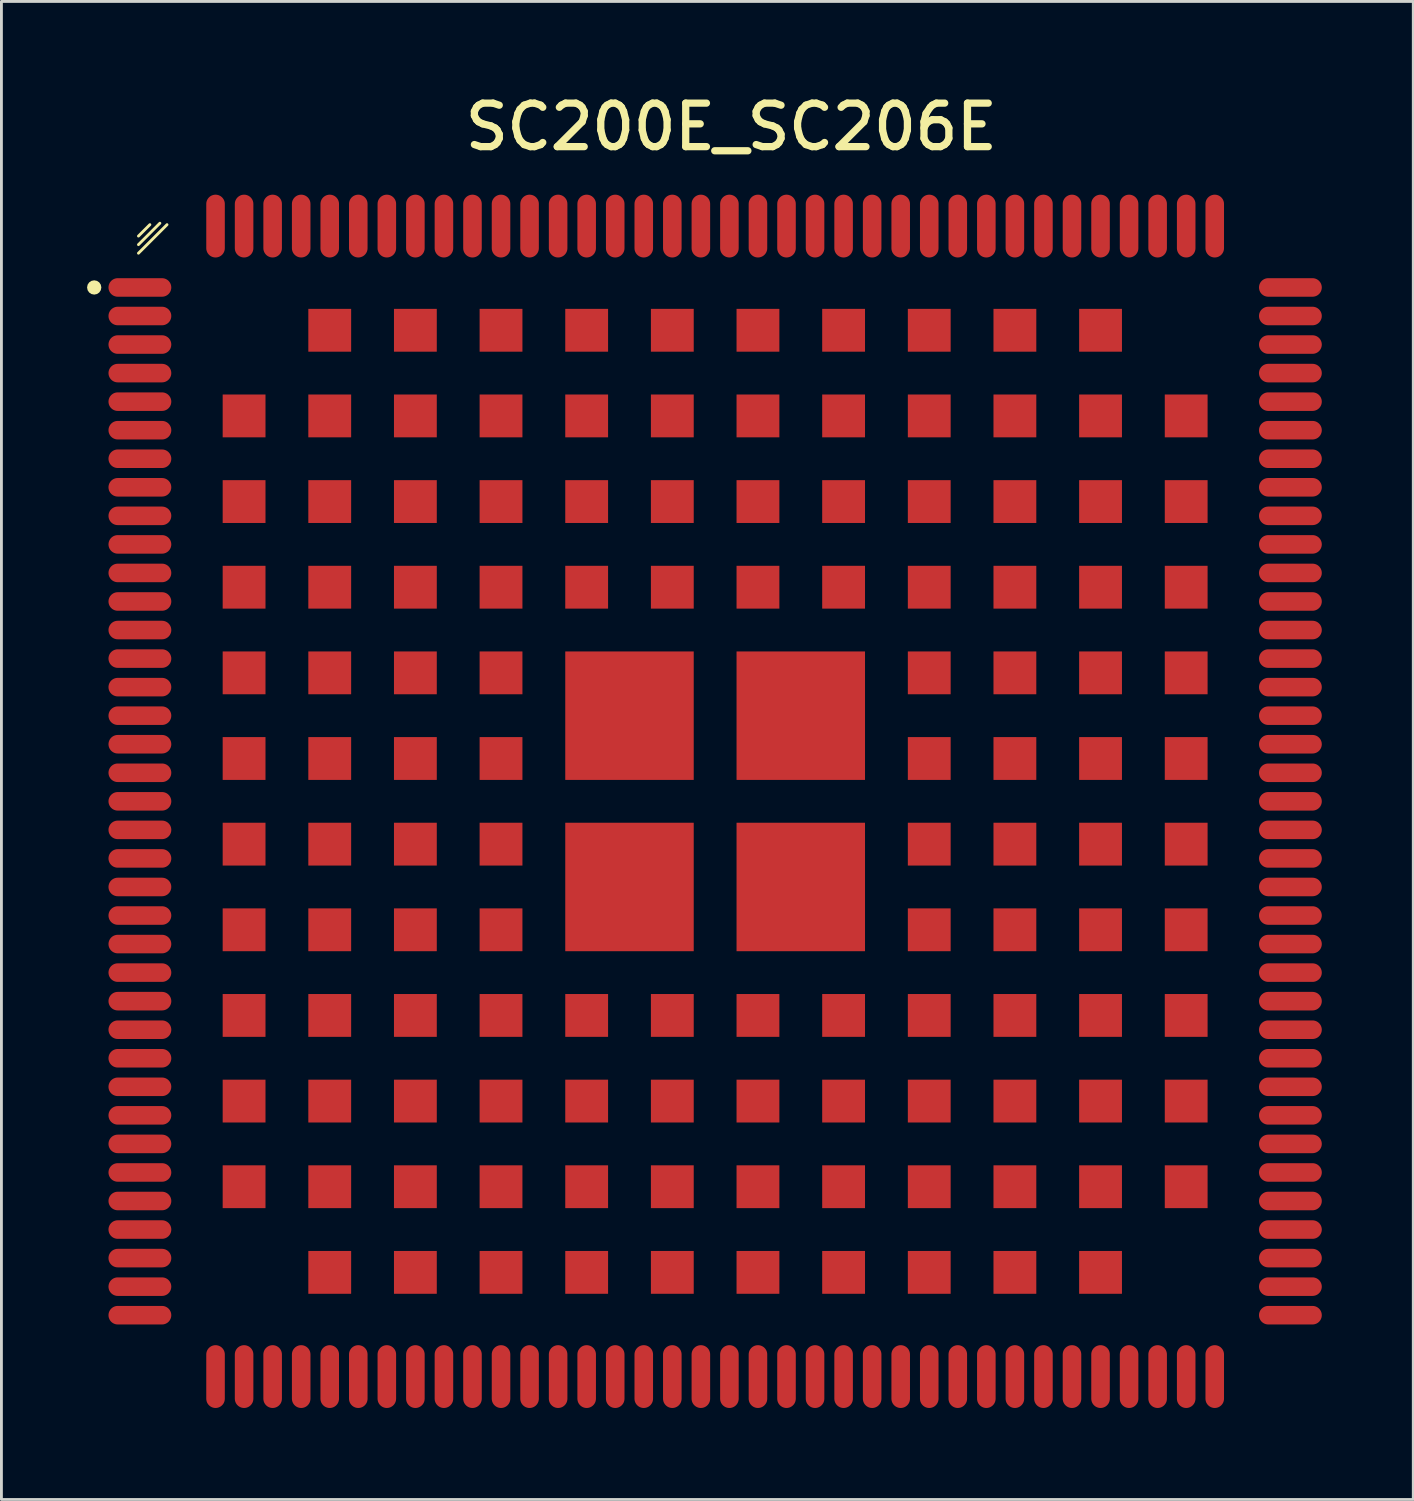
<source format=kicad_pcb>
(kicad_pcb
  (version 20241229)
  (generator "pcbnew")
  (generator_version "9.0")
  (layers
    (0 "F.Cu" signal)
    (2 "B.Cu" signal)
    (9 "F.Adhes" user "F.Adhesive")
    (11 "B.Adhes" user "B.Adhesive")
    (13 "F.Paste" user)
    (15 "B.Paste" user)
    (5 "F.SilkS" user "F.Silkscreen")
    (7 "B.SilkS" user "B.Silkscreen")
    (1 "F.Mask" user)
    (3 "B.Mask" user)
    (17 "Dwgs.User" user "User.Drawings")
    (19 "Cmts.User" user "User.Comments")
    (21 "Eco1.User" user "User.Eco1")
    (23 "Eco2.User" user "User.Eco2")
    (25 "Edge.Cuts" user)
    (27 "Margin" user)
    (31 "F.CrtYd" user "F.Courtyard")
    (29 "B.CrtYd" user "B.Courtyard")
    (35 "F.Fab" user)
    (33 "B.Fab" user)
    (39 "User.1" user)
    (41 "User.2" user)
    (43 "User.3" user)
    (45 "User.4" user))
  (footprint "SC200E_SC206E"
    (layer "F.Cu")
    (at 22 25.019)
    (property "Reference" "SC200E_SC206E" (at -8.89 -22.733 0) (unlocked yes) (layer "F.SilkS") (effects (font (size 1.524 1.524) (thickness 0.254)) (justify left bottom)))
    (attr smd)
    (fp_line (start -20.2 -19.8) (end -19.8 -20.2) (stroke (width 0.1) (type solid)) (layer "F.SilkS"))
    (fp_line (start -20.2 -19.5) (end -19.45 -20.25) (stroke (width 0.1) (type solid)) (layer "F.SilkS"))
    (fp_line (start -20.2 -19.2) (end -19.2 -20.2) (stroke (width 0.1) (type solid)) (layer "F.SilkS"))
    (fp_circle (center -21.75 -18) (end -21.75 -17.875) (stroke (width 0.25) (type solid)) (fill no) (layer "F.SilkS"))
    (fp_poly (pts (xy -3.2 -3.2) (xy -4.8 -3.2) (xy -4.8 -4.8) (xy -3.2 -4.8)) (stroke (width 0) (type default)) (fill yes) (layer "F.Paste"))
    (fp_poly (pts (xy -3.2 -1.2) (xy -4.8 -1.2) (xy -4.8 -2.8) (xy -3.2 -2.8)) (stroke (width 0) (type default)) (fill yes) (layer "F.Paste"))
    (fp_poly (pts (xy -3.2 2.8) (xy -4.8 2.8) (xy -4.8 1.2) (xy -3.2 1.2)) (stroke (width 0) (type default)) (fill yes) (layer "F.Paste"))
    (fp_poly (pts (xy -3.2 4.8) (xy -4.8 4.8) (xy -4.8 3.2) (xy -3.2 3.2)) (stroke (width 0) (type default)) (fill yes) (layer "F.Paste"))
    (fp_poly (pts (xy -1.2 -3.2) (xy -2.8 -3.2) (xy -2.8 -4.8) (xy -1.2 -4.8)) (stroke (width 0) (type default)) (fill yes) (layer "F.Paste"))
    (fp_poly (pts (xy -1.2 -1.2) (xy -2.8 -1.2) (xy -2.8 -2.8) (xy -1.2 -2.8)) (stroke (width 0) (type default)) (fill yes) (layer "F.Paste"))
    (fp_poly (pts (xy -1.2 2.8) (xy -2.8 2.8) (xy -2.8 1.2) (xy -1.2 1.2)) (stroke (width 0) (type default)) (fill yes) (layer "F.Paste"))
    (fp_poly (pts (xy -1.2 4.8) (xy -2.8 4.8) (xy -2.8 3.2) (xy -1.2 3.2)) (stroke (width 0) (type default)) (fill yes) (layer "F.Paste"))
    (fp_poly (pts (xy 2.8 -3.2) (xy 1.2 -3.2) (xy 1.2 -4.8) (xy 2.8 -4.8)) (stroke (width 0) (type default)) (fill yes) (layer "F.Paste"))
    (fp_poly (pts (xy 2.8 -1.2) (xy 1.2 -1.2) (xy 1.2 -2.8) (xy 2.8 -2.8)) (stroke (width 0) (type default)) (fill yes) (layer "F.Paste"))
    (fp_poly (pts (xy 2.8 2.8) (xy 1.2 2.8) (xy 1.2 1.2) (xy 2.8 1.2)) (stroke (width 0) (type default)) (fill yes) (layer "F.Paste"))
    (fp_poly (pts (xy 2.8 4.8) (xy 1.2 4.8) (xy 1.2 3.2) (xy 2.8 3.2)) (stroke (width 0) (type default)) (fill yes) (layer "F.Paste"))
    (fp_poly (pts (xy 4.8 -3.2) (xy 3.2 -3.2) (xy 3.2 -4.8) (xy 4.8 -4.8)) (stroke (width 0) (type default)) (fill yes) (layer "F.Paste"))
    (fp_poly (pts (xy 4.8 -1.2) (xy 3.2 -1.2) (xy 3.2 -2.8) (xy 4.8 -2.8)) (stroke (width 0) (type default)) (fill yes) (layer "F.Paste"))
    (fp_poly (pts (xy 4.8 2.8) (xy 3.2 2.8) (xy 3.2 1.2) (xy 4.8 1.2)) (stroke (width 0) (type default)) (fill yes) (layer "F.Paste"))
    (fp_poly (pts (xy 4.8 4.8) (xy 3.2 4.8) (xy 3.2 3.2) (xy 4.8 3.2)) (stroke (width 0) (type default)) (fill yes) (layer "F.Paste"))
    (fp_line (start -20.25 -20.25) (end 20.25 -20.25) (stroke (width 0.1) (type solid)) (layer "Eco1.User"))
    (fp_line (start -20.25 20.25) (end -20.25 -20.25) (stroke (width 0.1) (type solid)) (layer "Eco1.User"))
    (fp_line (start -20.25 20.25) (end 20.25 20.25) (stroke (width 0.1) (type solid)) (layer "Eco1.User"))
    (fp_line (start 20.25 20.25) (end 20.25 -20.25) (stroke (width 0.1) (type solid)) (layer "Eco1.User"))
    (fp_line (start -21.45 -21.45) (end 21.45 -21.45) (stroke (width 0.01) (type solid)) (layer "User.1"))
    (fp_line (start -21.45 21.45) (end -21.45 -21.45) (stroke (width 0.01) (type solid)) (layer "User.1"))
    (fp_line (start -21.45 21.45) (end 21.45 21.45) (stroke (width 0.01) (type solid)) (layer "User.1"))
    (fp_line (start 21.45 21.45) (end 21.45 -21.45) (stroke (width 0.01) (type solid)) (layer "User.1"))
    (pad "1" smd oval (at -20.15 -18) (size 2.2 0.65) (layers "F.Cu" "F.Mask" "F.Paste"))
    (pad "2" smd oval (at -20.15 -17) (size 2.2 0.65) (layers "F.Cu" "F.Mask" "F.Paste"))
    (pad "3" smd oval (at -20.15 -16) (size 2.2 0.65) (layers "F.Cu" "F.Mask" "F.Paste"))
    (pad "4" smd oval (at -20.15 -15) (size 2.2 0.65) (layers "F.Cu" "F.Mask" "F.Paste"))
    (pad "5" smd oval (at -20.15 -14) (size 2.2 0.65) (layers "F.Cu" "F.Mask" "F.Paste"))
    (pad "6" smd oval (at -20.15 -13) (size 2.2 0.65) (layers "F.Cu" "F.Mask" "F.Paste"))
    (pad "7" smd oval (at -20.15 -12) (size 2.2 0.65) (layers "F.Cu" "F.Mask" "F.Paste"))
    (pad "8" smd oval (at -20.15 -11) (size 2.2 0.65) (layers "F.Cu" "F.Mask" "F.Paste"))
    (pad "9" smd oval (at -20.15 -10) (size 2.2 0.65) (layers "F.Cu" "F.Mask" "F.Paste"))
    (pad "10" smd oval (at -20.15 -9) (size 2.2 0.65) (layers "F.Cu" "F.Mask" "F.Paste"))
    (pad "11" smd oval (at -20.15 -8) (size 2.2 0.65) (layers "F.Cu" "F.Mask" "F.Paste"))
    (pad "12" smd oval (at -20.15 -7) (size 2.2 0.65) (layers "F.Cu" "F.Mask" "F.Paste"))
    (pad "13" smd oval (at -20.15 -6) (size 2.2 0.65) (layers "F.Cu" "F.Mask" "F.Paste"))
    (pad "14" smd oval (at -20.15 -5) (size 2.2 0.65) (layers "F.Cu" "F.Mask" "F.Paste"))
    (pad "15" smd oval (at -20.15 -4) (size 2.2 0.65) (layers "F.Cu" "F.Mask" "F.Paste"))
    (pad "16" smd oval (at -20.15 -3) (size 2.2 0.65) (layers "F.Cu" "F.Mask" "F.Paste"))
    (pad "17" smd oval (at -20.15 -2) (size 2.2 0.65) (layers "F.Cu" "F.Mask" "F.Paste"))
    (pad "18" smd oval (at -20.15 -1) (size 2.2 0.65) (layers "F.Cu" "F.Mask" "F.Paste"))
    (pad "19" smd oval (at -20.15 0) (size 2.2 0.65) (layers "F.Cu" "F.Mask" "F.Paste"))
    (pad "20" smd oval (at -20.15 1) (size 2.2 0.65) (layers "F.Cu" "F.Mask" "F.Paste"))
    (pad "21" smd oval (at -20.15 2) (size 2.2 0.65) (layers "F.Cu" "F.Mask" "F.Paste"))
    (pad "22" smd oval (at -20.15 3) (size 2.2 0.65) (layers "F.Cu" "F.Mask" "F.Paste"))
    (pad "23" smd oval (at -20.15 4) (size 2.2 0.65) (layers "F.Cu" "F.Mask" "F.Paste"))
    (pad "24" smd oval (at -20.15 5) (size 2.2 0.65) (layers "F.Cu" "F.Mask" "F.Paste"))
    (pad "25" smd oval (at -20.15 6) (size 2.2 0.65) (layers "F.Cu" "F.Mask" "F.Paste"))
    (pad "26" smd oval (at -20.15 7) (size 2.2 0.65) (layers "F.Cu" "F.Mask" "F.Paste"))
    (pad "27" smd oval (at -20.15 8) (size 2.2 0.65) (layers "F.Cu" "F.Mask" "F.Paste"))
    (pad "28" smd oval (at -20.15 9) (size 2.2 0.65) (layers "F.Cu" "F.Mask" "F.Paste"))
    (pad "29" smd oval (at -20.15 10) (size 2.2 0.65) (layers "F.Cu" "F.Mask" "F.Paste"))
    (pad "30" smd oval (at -20.15 11) (size 2.2 0.65) (layers "F.Cu" "F.Mask" "F.Paste"))
    (pad "31" smd oval (at -20.15 12) (size 2.2 0.65) (layers "F.Cu" "F.Mask" "F.Paste"))
    (pad "32" smd oval (at -20.15 13) (size 2.2 0.65) (layers "F.Cu" "F.Mask" "F.Paste"))
    (pad "33" smd oval (at -20.15 14) (size 2.2 0.65) (layers "F.Cu" "F.Mask" "F.Paste"))
    (pad "34" smd oval (at -20.15 15) (size 2.2 0.65) (layers "F.Cu" "F.Mask" "F.Paste"))
    (pad "35" smd oval (at -20.15 16) (size 2.2 0.65) (layers "F.Cu" "F.Mask" "F.Paste"))
    (pad "36" smd oval (at -20.15 17) (size 2.2 0.65) (layers "F.Cu" "F.Mask" "F.Paste"))
    (pad "37" smd oval (at -20.15 18) (size 2.2 0.65) (layers "F.Cu" "F.Mask" "F.Paste"))
    (pad "38" smd oval (at -17.5 20.15 90) (size 2.2 0.65) (layers "F.Cu" "F.Mask" "F.Paste"))
    (pad "39" smd oval (at -16.5 20.15 90) (size 2.2 0.65) (layers "F.Cu" "F.Mask" "F.Paste"))
    (pad "40" smd oval (at -15.5 20.15 90) (size 2.2 0.65) (layers "F.Cu" "F.Mask" "F.Paste"))
    (pad "41" smd oval (at -14.5 20.15 90) (size 2.2 0.65) (layers "F.Cu" "F.Mask" "F.Paste"))
    (pad "42" smd oval (at -13.5 20.15 90) (size 2.2 0.65) (layers "F.Cu" "F.Mask" "F.Paste"))
    (pad "43" smd oval (at -12.5 20.15 90) (size 2.2 0.65) (layers "F.Cu" "F.Mask" "F.Paste"))
    (pad "44" smd oval (at -11.5 20.15 90) (size 2.2 0.65) (layers "F.Cu" "F.Mask" "F.Paste"))
    (pad "45" smd oval (at -10.5 20.15 90) (size 2.2 0.65) (layers "F.Cu" "F.Mask" "F.Paste"))
    (pad "46" smd oval (at -9.5 20.15 90) (size 2.2 0.65) (layers "F.Cu" "F.Mask" "F.Paste"))
    (pad "47" smd oval (at -8.5 20.15 90) (size 2.2 0.65) (layers "F.Cu" "F.Mask" "F.Paste"))
    (pad "48" smd oval (at -7.5 20.15 90) (size 2.2 0.65) (layers "F.Cu" "F.Mask" "F.Paste"))
    (pad "49" smd oval (at -6.5 20.15 90) (size 2.2 0.65) (layers "F.Cu" "F.Mask" "F.Paste"))
    (pad "50" smd oval (at -5.5 20.15 90) (size 2.2 0.65) (layers "F.Cu" "F.Mask" "F.Paste"))
    (pad "51" smd oval (at -4.5 20.15 90) (size 2.2 0.65) (layers "F.Cu" "F.Mask" "F.Paste"))
    (pad "52" smd oval (at -3.5 20.15 90) (size 2.2 0.65) (layers "F.Cu" "F.Mask" "F.Paste"))
    (pad "53" smd oval (at -2.5 20.15 90) (size 2.2 0.65) (layers "F.Cu" "F.Mask" "F.Paste"))
    (pad "54" smd oval (at -1.5 20.15 90) (size 2.2 0.65) (layers "F.Cu" "F.Mask" "F.Paste"))
    (pad "55" smd oval (at -0.5 20.15 90) (size 2.2 0.65) (layers "F.Cu" "F.Mask" "F.Paste"))
    (pad "56" smd oval (at 0.5 20.15 90) (size 2.2 0.65) (layers "F.Cu" "F.Mask" "F.Paste"))
    (pad "57" smd oval (at 1.5 20.15 90) (size 2.2 0.65) (layers "F.Cu" "F.Mask" "F.Paste"))
    (pad "58" smd oval (at 2.5 20.15 90) (size 2.2 0.65) (layers "F.Cu" "F.Mask" "F.Paste"))
    (pad "59" smd oval (at 3.5 20.15 90) (size 2.2 0.65) (layers "F.Cu" "F.Mask" "F.Paste"))
    (pad "60" smd oval (at 4.5 20.15 90) (size 2.2 0.65) (layers "F.Cu" "F.Mask" "F.Paste"))
    (pad "61" smd oval (at 5.5 20.15 90) (size 2.2 0.65) (layers "F.Cu" "F.Mask" "F.Paste"))
    (pad "62" smd oval (at 6.5 20.15 90) (size 2.2 0.65) (layers "F.Cu" "F.Mask" "F.Paste"))
    (pad "63" smd oval (at 7.5 20.15 90) (size 2.2 0.65) (layers "F.Cu" "F.Mask" "F.Paste"))
    (pad "64" smd oval (at 8.5 20.15 90) (size 2.2 0.65) (layers "F.Cu" "F.Mask" "F.Paste"))
    (pad "65" smd oval (at 9.5 20.15 90) (size 2.2 0.65) (layers "F.Cu" "F.Mask" "F.Paste"))
    (pad "66" smd oval (at 10.5 20.15 90) (size 2.2 0.65) (layers "F.Cu" "F.Mask" "F.Paste"))
    (pad "67" smd oval (at 11.5 20.15 90) (size 2.2 0.65) (layers "F.Cu" "F.Mask" "F.Paste"))
    (pad "68" smd oval (at 12.5 20.15 90) (size 2.2 0.65) (layers "F.Cu" "F.Mask" "F.Paste"))
    (pad "69" smd oval (at 13.5 20.15 90) (size 2.2 0.65) (layers "F.Cu" "F.Mask" "F.Paste"))
    (pad "70" smd oval (at 14.5 20.15 90) (size 2.2 0.65) (layers "F.Cu" "F.Mask" "F.Paste"))
    (pad "71" smd oval (at 15.5 20.15 90) (size 2.2 0.65) (layers "F.Cu" "F.Mask" "F.Paste"))
    (pad "72" smd oval (at 16.5 20.15 90) (size 2.2 0.65) (layers "F.Cu" "F.Mask" "F.Paste"))
    (pad "73" smd oval (at 17.5 20.15 90) (size 2.2 0.65) (layers "F.Cu" "F.Mask" "F.Paste"))
    (pad "74" smd oval (at 20.15 18) (size 2.2 0.65) (layers "F.Cu" "F.Mask" "F.Paste"))
    (pad "75" smd oval (at 20.15 17) (size 2.2 0.65) (layers "F.Cu" "F.Mask" "F.Paste"))
    (pad "76" smd oval (at 20.15 16) (size 2.2 0.65) (layers "F.Cu" "F.Mask" "F.Paste"))
    (pad "77" smd oval (at 20.15 15) (size 2.2 0.65) (layers "F.Cu" "F.Mask" "F.Paste"))
    (pad "78" smd oval (at 20.15 14) (size 2.2 0.65) (layers "F.Cu" "F.Mask" "F.Paste"))
    (pad "79" smd oval (at 20.15 13) (size 2.2 0.65) (layers "F.Cu" "F.Mask" "F.Paste"))
    (pad "80" smd oval (at 20.15 12) (size 2.2 0.65) (layers "F.Cu" "F.Mask" "F.Paste"))
    (pad "81" smd oval (at 20.15 11) (size 2.2 0.65) (layers "F.Cu" "F.Mask" "F.Paste"))
    (pad "82" smd oval (at 20.15 10) (size 2.2 0.65) (layers "F.Cu" "F.Mask" "F.Paste"))
    (pad "83" smd oval (at 20.15 9) (size 2.2 0.65) (layers "F.Cu" "F.Mask" "F.Paste"))
    (pad "84" smd oval (at 20.15 8) (size 2.2 0.65) (layers "F.Cu" "F.Mask" "F.Paste"))
    (pad "85" smd oval (at 20.15 7) (size 2.2 0.65) (layers "F.Cu" "F.Mask" "F.Paste"))
    (pad "86" smd oval (at 20.15 6) (size 2.2 0.65) (layers "F.Cu" "F.Mask" "F.Paste"))
    (pad "87" smd oval (at 20.15 5) (size 2.2 0.65) (layers "F.Cu" "F.Mask" "F.Paste"))
    (pad "88" smd oval (at 20.15 4) (size 2.2 0.65) (layers "F.Cu" "F.Mask" "F.Paste"))
    (pad "89" smd oval (at 20.15 3) (size 2.2 0.65) (layers "F.Cu" "F.Mask" "F.Paste"))
    (pad "90" smd oval (at 20.15 2) (size 2.2 0.65) (layers "F.Cu" "F.Mask" "F.Paste"))
    (pad "91" smd oval (at 20.15 1) (size 2.2 0.65) (layers "F.Cu" "F.Mask" "F.Paste"))
    (pad "92" smd oval (at 20.15 0) (size 2.2 0.65) (layers "F.Cu" "F.Mask" "F.Paste"))
    (pad "93" smd oval (at 20.15 -1) (size 2.2 0.65) (layers "F.Cu" "F.Mask" "F.Paste"))
    (pad "94" smd oval (at 20.15 -2) (size 2.2 0.65) (layers "F.Cu" "F.Mask" "F.Paste"))
    (pad "95" smd oval (at 20.15 -3) (size 2.2 0.65) (layers "F.Cu" "F.Mask" "F.Paste"))
    (pad "96" smd oval (at 20.15 -4) (size 2.2 0.65) (layers "F.Cu" "F.Mask" "F.Paste"))
    (pad "97" smd oval (at 20.15 -5) (size 2.2 0.65) (layers "F.Cu" "F.Mask" "F.Paste"))
    (pad "98" smd oval (at 20.15 -6) (size 2.2 0.65) (layers "F.Cu" "F.Mask" "F.Paste"))
    (pad "99" smd oval (at 20.15 -7) (size 2.2 0.65) (layers "F.Cu" "F.Mask" "F.Paste"))
    (pad "100" smd oval (at 20.15 -8) (size 2.2 0.65) (layers "F.Cu" "F.Mask" "F.Paste"))
    (pad "101" smd oval (at 20.15 -9) (size 2.2 0.65) (layers "F.Cu" "F.Mask" "F.Paste"))
    (pad "102" smd oval (at 20.15 -10) (size 2.2 0.65) (layers "F.Cu" "F.Mask" "F.Paste"))
    (pad "103" smd oval (at 20.15 -11) (size 2.2 0.65) (layers "F.Cu" "F.Mask" "F.Paste"))
    (pad "104" smd oval (at 20.15 -12) (size 2.2 0.65) (layers "F.Cu" "F.Mask" "F.Paste"))
    (pad "105" smd oval (at 20.15 -13) (size 2.2 0.65) (layers "F.Cu" "F.Mask" "F.Paste"))
    (pad "106" smd oval (at 20.15 -14) (size 2.2 0.65) (layers "F.Cu" "F.Mask" "F.Paste"))
    (pad "107" smd oval (at 20.15 -15) (size 2.2 0.65) (layers "F.Cu" "F.Mask" "F.Paste"))
    (pad "108" smd oval (at 20.15 -16) (size 2.2 0.65) (layers "F.Cu" "F.Mask" "F.Paste"))
    (pad "109" smd oval (at 20.15 -17) (size 2.2 0.65) (layers "F.Cu" "F.Mask" "F.Paste"))
    (pad "110" smd oval (at 20.15 -18) (size 2.2 0.65) (layers "F.Cu" "F.Mask" "F.Paste"))
    (pad "111" smd oval (at 17.5 -20.15 90) (size 2.2 0.65) (layers "F.Cu" "F.Mask" "F.Paste"))
    (pad "112" smd oval (at 16.5 -20.15 90) (size 2.2 0.65) (layers "F.Cu" "F.Mask" "F.Paste"))
    (pad "113" smd oval (at 15.5 -20.15 90) (size 2.2 0.65) (layers "F.Cu" "F.Mask" "F.Paste"))
    (pad "114" smd oval (at 14.5 -20.15 90) (size 2.2 0.65) (layers "F.Cu" "F.Mask" "F.Paste"))
    (pad "115" smd oval (at 13.5 -20.15 90) (size 2.2 0.65) (layers "F.Cu" "F.Mask" "F.Paste"))
    (pad "116" smd oval (at 12.5 -20.15 90) (size 2.2 0.65) (layers "F.Cu" "F.Mask" "F.Paste"))
    (pad "117" smd oval (at 11.5 -20.15 90) (size 2.2 0.65) (layers "F.Cu" "F.Mask" "F.Paste"))
    (pad "118" smd oval (at 10.5 -20.15 90) (size 2.2 0.65) (layers "F.Cu" "F.Mask" "F.Paste"))
    (pad "119" smd oval (at 9.5 -20.15 90) (size 2.2 0.65) (layers "F.Cu" "F.Mask" "F.Paste"))
    (pad "120" smd oval (at 8.5 -20.15 90) (size 2.2 0.65) (layers "F.Cu" "F.Mask" "F.Paste"))
    (pad "121" smd oval (at 7.5 -20.15 90) (size 2.2 0.65) (layers "F.Cu" "F.Mask" "F.Paste"))
    (pad "122" smd oval (at 6.5 -20.15 90) (size 2.2 0.65) (layers "F.Cu" "F.Mask" "F.Paste"))
    (pad "123" smd oval (at 5.5 -20.15 90) (size 2.2 0.65) (layers "F.Cu" "F.Mask" "F.Paste"))
    (pad "124" smd oval (at 4.5 -20.15 90) (size 2.2 0.65) (layers "F.Cu" "F.Mask" "F.Paste"))
    (pad "125" smd oval (at 3.5 -20.15 90) (size 2.2 0.65) (layers "F.Cu" "F.Mask" "F.Paste"))
    (pad "126" smd oval (at 2.5 -20.15 90) (size 2.2 0.65) (layers "F.Cu" "F.Mask" "F.Paste"))
    (pad "127" smd oval (at 1.5 -20.15 90) (size 2.2 0.65) (layers "F.Cu" "F.Mask" "F.Paste"))
    (pad "128" smd oval (at 0.5 -20.15 90) (size 2.2 0.65) (layers "F.Cu" "F.Mask" "F.Paste"))
    (pad "129" smd oval (at -0.5 -20.15 90) (size 2.2 0.65) (layers "F.Cu" "F.Mask" "F.Paste"))
    (pad "130" smd oval (at -1.5 -20.15 90) (size 2.2 0.65) (layers "F.Cu" "F.Mask" "F.Paste"))
    (pad "131" smd oval (at -2.5 -20.15 90) (size 2.2 0.65) (layers "F.Cu" "F.Mask" "F.Paste"))
    (pad "132" smd oval (at -3.5 -20.15 90) (size 2.2 0.65) (layers "F.Cu" "F.Mask" "F.Paste"))
    (pad "133" smd oval (at -4.5 -20.15 90) (size 2.2 0.65) (layers "F.Cu" "F.Mask" "F.Paste"))
    (pad "134" smd oval (at -5.5 -20.15 90) (size 2.2 0.65) (layers "F.Cu" "F.Mask" "F.Paste"))
    (pad "135" smd oval (at -6.5 -20.15 90) (size 2.2 0.65) (layers "F.Cu" "F.Mask" "F.Paste"))
    (pad "136" smd oval (at -7.5 -20.15 90) (size 2.2 0.65) (layers "F.Cu" "F.Mask" "F.Paste"))
    (pad "137" smd oval (at -8.5 -20.15 90) (size 2.2 0.65) (layers "F.Cu" "F.Mask" "F.Paste"))
    (pad "138" smd oval (at -9.5 -20.15 90) (size 2.2 0.65) (layers "F.Cu" "F.Mask" "F.Paste"))
    (pad "139" smd oval (at -10.5 -20.15 90) (size 2.2 0.65) (layers "F.Cu" "F.Mask" "F.Paste"))
    (pad "140" smd oval (at -11.5 -20.15 90) (size 2.2 0.65) (layers "F.Cu" "F.Mask" "F.Paste"))
    (pad "141" smd oval (at -12.5 -20.15 90) (size 2.2 0.65) (layers "F.Cu" "F.Mask" "F.Paste"))
    (pad "142" smd oval (at -13.5 -20.15 90) (size 2.2 0.65) (layers "F.Cu" "F.Mask" "F.Paste"))
    (pad "143" smd oval (at -14.5 -20.15 90) (size 2.2 0.65) (layers "F.Cu" "F.Mask" "F.Paste"))
    (pad "144" smd oval (at -15.5 -20.15 90) (size 2.2 0.65) (layers "F.Cu" "F.Mask" "F.Paste"))
    (pad "145" smd oval (at -16.5 -20.15 90) (size 2.2 0.65) (layers "F.Cu" "F.Mask" "F.Paste"))
    (pad "146" smd oval (at -17.5 -20.15 90) (size 2.2 0.65) (layers "F.Cu" "F.Mask" "F.Paste"))
    (pad "147" smd rect (at -16.5 -13.5) (size 1.5 1.5) (layers "F.Cu" "F.Mask" "F.Paste"))
    (pad "148" smd rect (at -16.5 -10.5) (size 1.5 1.5) (layers "F.Cu" "F.Mask" "F.Paste"))
    (pad "149" smd rect (at -16.5 -7.5) (size 1.5 1.5) (layers "F.Cu" "F.Mask" "F.Paste"))
    (pad "150" smd rect (at -16.5 -4.5) (size 1.5 1.5) (layers "F.Cu" "F.Mask" "F.Paste"))
    (pad "151" smd rect (at -16.5 -1.5) (size 1.5 1.5) (layers "F.Cu" "F.Mask" "F.Paste"))
    (pad "152" smd rect (at -16.5 1.5) (size 1.5 1.5) (layers "F.Cu" "F.Mask" "F.Paste"))
    (pad "153" smd rect (at -16.5 4.5) (size 1.5 1.5) (layers "F.Cu" "F.Mask" "F.Paste"))
    (pad "154" smd rect (at -16.5 7.5) (size 1.5 1.5) (layers "F.Cu" "F.Mask" "F.Paste"))
    (pad "155" smd rect (at -16.5 10.5) (size 1.5 1.5) (layers "F.Cu" "F.Mask" "F.Paste"))
    (pad "156" smd rect (at -16.5 13.5) (size 1.5 1.5) (layers "F.Cu" "F.Mask" "F.Paste"))
    (pad "157" smd rect (at -13.5 16.5) (size 1.5 1.5) (layers "F.Cu" "F.Mask" "F.Paste"))
    (pad "158" smd rect (at -10.5 16.5) (size 1.5 1.5) (layers "F.Cu" "F.Mask" "F.Paste"))
    (pad "159" smd rect (at -7.5 16.5) (size 1.5 1.5) (layers "F.Cu" "F.Mask" "F.Paste"))
    (pad "160" smd rect (at -4.5 16.5) (size 1.5 1.5) (layers "F.Cu" "F.Mask" "F.Paste"))
    (pad "161" smd rect (at -1.5 16.5) (size 1.5 1.5) (layers "F.Cu" "F.Mask" "F.Paste"))
    (pad "162" smd rect (at 1.5 16.5) (size 1.5 1.5) (layers "F.Cu" "F.Mask" "F.Paste"))
    (pad "163" smd rect (at 4.5 16.5) (size 1.5 1.5) (layers "F.Cu" "F.Mask" "F.Paste"))
    (pad "164" smd rect (at 7.5 16.5) (size 1.5 1.5) (layers "F.Cu" "F.Mask" "F.Paste"))
    (pad "165" smd rect (at 10.5 16.5) (size 1.5 1.5) (layers "F.Cu" "F.Mask" "F.Paste"))
    (pad "166" smd rect (at 13.5 16.5) (size 1.5 1.5) (layers "F.Cu" "F.Mask" "F.Paste"))
    (pad "167" smd rect (at 16.5 13.5) (size 1.5 1.5) (layers "F.Cu" "F.Mask" "F.Paste"))
    (pad "168" smd rect (at 16.5 10.5) (size 1.5 1.5) (layers "F.Cu" "F.Mask" "F.Paste"))
    (pad "169" smd rect (at 16.5 7.5) (size 1.5 1.5) (layers "F.Cu" "F.Mask" "F.Paste"))
    (pad "170" smd rect (at 16.5 4.5) (size 1.5 1.5) (layers "F.Cu" "F.Mask" "F.Paste"))
    (pad "171" smd rect (at 16.5 1.5) (size 1.5 1.5) (layers "F.Cu" "F.Mask" "F.Paste"))
    (pad "172" smd rect (at 16.5 -1.5) (size 1.5 1.5) (layers "F.Cu" "F.Mask" "F.Paste"))
    (pad "173" smd rect (at 16.5 -4.5) (size 1.5 1.5) (layers "F.Cu" "F.Mask" "F.Paste"))
    (pad "174" smd rect (at 16.5 -7.5) (size 1.5 1.5) (layers "F.Cu" "F.Mask" "F.Paste"))
    (pad "175" smd rect (at 16.5 -10.5) (size 1.5 1.5) (layers "F.Cu" "F.Mask" "F.Paste"))
    (pad "176" smd rect (at 16.5 -13.5) (size 1.5 1.5) (layers "F.Cu" "F.Mask" "F.Paste"))
    (pad "177" smd rect (at 13.5 -16.5) (size 1.5 1.5) (layers "F.Cu" "F.Mask" "F.Paste"))
    (pad "178" smd rect (at 10.5 -16.5) (size 1.5 1.5) (layers "F.Cu" "F.Mask" "F.Paste"))
    (pad "179" smd rect (at 7.5 -16.5) (size 1.5 1.5) (layers "F.Cu" "F.Mask" "F.Paste"))
    (pad "180" smd rect (at 4.5 -16.5) (size 1.5 1.5) (layers "F.Cu" "F.Mask" "F.Paste"))
    (pad "181" smd rect (at 1.5 -16.5) (size 1.5 1.5) (layers "F.Cu" "F.Mask" "F.Paste"))
    (pad "182" smd rect (at -1.5 -16.5) (size 1.5 1.5) (layers "F.Cu" "F.Mask" "F.Paste"))
    (pad "183" smd rect (at -4.5 -16.5) (size 1.5 1.5) (layers "F.Cu" "F.Mask" "F.Paste"))
    (pad "184" smd rect (at -7.5 -16.5) (size 1.5 1.5) (layers "F.Cu" "F.Mask" "F.Paste"))
    (pad "185" smd rect (at -10.5 -16.5) (size 1.5 1.5) (layers "F.Cu" "F.Mask" "F.Paste"))
    (pad "186" smd rect (at -13.5 -16.5) (size 1.5 1.5) (layers "F.Cu" "F.Mask" "F.Paste"))
    (pad "187" smd rect (at -13.5 -13.5) (size 1.5 1.5) (layers "F.Cu" "F.Mask" "F.Paste"))
    (pad "188" smd rect (at -13.5 -10.5) (size 1.5 1.5) (layers "F.Cu" "F.Mask" "F.Paste"))
    (pad "189" smd rect (at -13.5 -7.5) (size 1.5 1.5) (layers "F.Cu" "F.Mask" "F.Paste"))
    (pad "190" smd rect (at -13.5 -4.5) (size 1.5 1.5) (layers "F.Cu" "F.Mask" "F.Paste"))
    (pad "191" smd rect (at -13.5 -1.5) (size 1.5 1.5) (layers "F.Cu" "F.Mask" "F.Paste"))
    (pad "192" smd rect (at -13.5 1.5) (size 1.5 1.5) (layers "F.Cu" "F.Mask" "F.Paste"))
    (pad "193" smd rect (at -13.5 4.5) (size 1.5 1.5) (layers "F.Cu" "F.Mask" "F.Paste"))
    (pad "194" smd rect (at -13.5 7.5) (size 1.5 1.5) (layers "F.Cu" "F.Mask" "F.Paste"))
    (pad "195" smd rect (at -13.5 10.5) (size 1.5 1.5) (layers "F.Cu" "F.Mask" "F.Paste"))
    (pad "196" smd rect (at -13.5 13.5) (size 1.5 1.5) (layers "F.Cu" "F.Mask" "F.Paste"))
    (pad "197" smd rect (at -10.5 13.5) (size 1.5 1.5) (layers "F.Cu" "F.Mask" "F.Paste"))
    (pad "198" smd rect (at -7.5 13.5) (size 1.5 1.5) (layers "F.Cu" "F.Mask" "F.Paste"))
    (pad "199" smd rect (at -4.5 13.5) (size 1.5 1.5) (layers "F.Cu" "F.Mask" "F.Paste"))
    (pad "200" smd rect (at -1.5 13.5) (size 1.5 1.5) (layers "F.Cu" "F.Mask" "F.Paste"))
    (pad "201" smd rect (at 1.5 13.5) (size 1.5 1.5) (layers "F.Cu" "F.Mask" "F.Paste"))
    (pad "202" smd rect (at 4.5 13.5) (size 1.5 1.5) (layers "F.Cu" "F.Mask" "F.Paste"))
    (pad "203" smd rect (at 7.5 13.5) (size 1.5 1.5) (layers "F.Cu" "F.Mask" "F.Paste"))
    (pad "204" smd rect (at 10.5 13.5) (size 1.5 1.5) (layers "F.Cu" "F.Mask" "F.Paste"))
    (pad "205" smd rect (at 13.5 13.5) (size 1.5 1.5) (layers "F.Cu" "F.Mask" "F.Paste"))
    (pad "206" smd rect (at 13.5 10.5) (size 1.5 1.5) (layers "F.Cu" "F.Mask" "F.Paste"))
    (pad "207" smd rect (at 13.5 7.5) (size 1.5 1.5) (layers "F.Cu" "F.Mask" "F.Paste"))
    (pad "208" smd rect (at 13.5 4.5) (size 1.5 1.5) (layers "F.Cu" "F.Mask" "F.Paste"))
    (pad "209" smd rect (at 13.5 1.5) (size 1.5 1.5) (layers "F.Cu" "F.Mask" "F.Paste"))
    (pad "210" smd rect (at 13.5 -1.5) (size 1.5 1.5) (layers "F.Cu" "F.Mask" "F.Paste"))
    (pad "211" smd rect (at 13.5 -4.5) (size 1.5 1.5) (layers "F.Cu" "F.Mask" "F.Paste"))
    (pad "212" smd rect (at 13.5 -7.5) (size 1.5 1.5) (layers "F.Cu" "F.Mask" "F.Paste"))
    (pad "213" smd rect (at 13.5 -10.5) (size 1.5 1.5) (layers "F.Cu" "F.Mask" "F.Paste"))
    (pad "214" smd rect (at 13.5 -13.5) (size 1.5 1.5) (layers "F.Cu" "F.Mask" "F.Paste"))
    (pad "215" smd rect (at 10.5 -13.5) (size 1.5 1.5) (layers "F.Cu" "F.Mask" "F.Paste"))
    (pad "216" smd rect (at 7.5 -13.5) (size 1.5 1.5) (layers "F.Cu" "F.Mask" "F.Paste"))
    (pad "217" smd rect (at 4.5 -13.5) (size 1.5 1.5) (layers "F.Cu" "F.Mask" "F.Paste"))
    (pad "218" smd rect (at 1.5 -13.5) (size 1.5 1.5) (layers "F.Cu" "F.Mask" "F.Paste"))
    (pad "219" smd rect (at -1.5 -13.5) (size 1.5 1.5) (layers "F.Cu" "F.Mask" "F.Paste"))
    (pad "220" smd rect (at -4.5 -13.5) (size 1.5 1.5) (layers "F.Cu" "F.Mask" "F.Paste"))
    (pad "221" smd rect (at -7.5 -13.5) (size 1.5 1.5) (layers "F.Cu" "F.Mask" "F.Paste"))
    (pad "222" smd rect (at -10.5 -13.5) (size 1.5 1.5) (layers "F.Cu" "F.Mask" "F.Paste"))
    (pad "223" smd rect (at -10.5 -10.5) (size 1.5 1.5) (layers "F.Cu" "F.Mask" "F.Paste"))
    (pad "224" smd rect (at -10.5 -7.5) (size 1.5 1.5) (layers "F.Cu" "F.Mask" "F.Paste"))
    (pad "225" smd rect (at -10.5 -4.5) (size 1.5 1.5) (layers "F.Cu" "F.Mask" "F.Paste"))
    (pad "226" smd rect (at -10.5 -1.5) (size 1.5 1.5) (layers "F.Cu" "F.Mask" "F.Paste"))
    (pad "227" smd rect (at -10.5 1.5) (size 1.5 1.5) (layers "F.Cu" "F.Mask" "F.Paste"))
    (pad "228" smd rect (at -10.5 4.5) (size 1.5 1.5) (layers "F.Cu" "F.Mask" "F.Paste"))
    (pad "229" smd rect (at -10.5 7.5) (size 1.5 1.5) (layers "F.Cu" "F.Mask" "F.Paste"))
    (pad "230" smd rect (at -10.5 10.5) (size 1.5 1.5) (layers "F.Cu" "F.Mask" "F.Paste"))
    (pad "231" smd rect (at -7.5 10.5) (size 1.5 1.5) (layers "F.Cu" "F.Mask" "F.Paste"))
    (pad "232" smd rect (at -4.5 10.5) (size 1.5 1.5) (layers "F.Cu" "F.Mask" "F.Paste"))
    (pad "233" smd rect (at -1.5 10.5) (size 1.5 1.5) (layers "F.Cu" "F.Mask" "F.Paste"))
    (pad "234" smd rect (at 1.5 10.5) (size 1.5 1.5) (layers "F.Cu" "F.Mask" "F.Paste"))
    (pad "235" smd rect (at 4.5 10.5) (size 1.5 1.5) (layers "F.Cu" "F.Mask" "F.Paste"))
    (pad "236" smd rect (at 7.5 10.5) (size 1.5 1.5) (layers "F.Cu" "F.Mask" "F.Paste"))
    (pad "237" smd rect (at 10.5 10.5) (size 1.5 1.5) (layers "F.Cu" "F.Mask" "F.Paste"))
    (pad "238" smd rect (at 10.5 7.5) (size 1.5 1.5) (layers "F.Cu" "F.Mask" "F.Paste"))
    (pad "239" smd rect (at 10.5 4.5) (size 1.5 1.5) (layers "F.Cu" "F.Mask" "F.Paste"))
    (pad "240" smd rect (at 10.5 1.5) (size 1.5 1.5) (layers "F.Cu" "F.Mask" "F.Paste"))
    (pad "241" smd rect (at 10.5 -1.5) (size 1.5 1.5) (layers "F.Cu" "F.Mask" "F.Paste"))
    (pad "242" smd rect (at 10.5 -4.5) (size 1.5 1.5) (layers "F.Cu" "F.Mask" "F.Paste"))
    (pad "243" smd rect (at 10.5 -7.5) (size 1.5 1.5) (layers "F.Cu" "F.Mask" "F.Paste"))
    (pad "244" smd rect (at 10.5 -10.5) (size 1.5 1.5) (layers "F.Cu" "F.Mask" "F.Paste"))
    (pad "245" smd rect (at 7.5 -10.5) (size 1.5 1.5) (layers "F.Cu" "F.Mask" "F.Paste"))
    (pad "246" smd rect (at 4.5 -10.5) (size 1.5 1.5) (layers "F.Cu" "F.Mask" "F.Paste"))
    (pad "247" smd rect (at 1.5 -10.5) (size 1.5 1.5) (layers "F.Cu" "F.Mask" "F.Paste"))
    (pad "248" smd rect (at -1.5 -10.5) (size 1.5 1.5) (layers "F.Cu" "F.Mask" "F.Paste"))
    (pad "249" smd rect (at -4.5 -10.5) (size 1.5 1.5) (layers "F.Cu" "F.Mask" "F.Paste"))
    (pad "250" smd rect (at -7.5 -10.5) (size 1.5 1.5) (layers "F.Cu" "F.Mask" "F.Paste"))
    (pad "251" smd rect (at -7.5 -7.5) (size 1.5 1.5) (layers "F.Cu" "F.Mask" "F.Paste"))
    (pad "252" smd rect (at -7.5 -4.5) (size 1.5 1.5) (layers "F.Cu" "F.Mask" "F.Paste"))
    (pad "253" smd rect (at -7.5 -1.5) (size 1.5 1.5) (layers "F.Cu" "F.Mask" "F.Paste"))
    (pad "254" smd rect (at -7.5 1.5) (size 1.5 1.5) (layers "F.Cu" "F.Mask" "F.Paste"))
    (pad "255" smd rect (at -7.5 4.5) (size 1.5 1.5) (layers "F.Cu" "F.Mask" "F.Paste"))
    (pad "256" smd rect (at -7.5 7.5) (size 1.5 1.5) (layers "F.Cu" "F.Mask" "F.Paste"))
    (pad "257" smd rect (at -4.5 7.5) (size 1.5 1.5) (layers "F.Cu" "F.Mask" "F.Paste"))
    (pad "258" smd rect (at -1.5 7.5) (size 1.5 1.5) (layers "F.Cu" "F.Mask" "F.Paste"))
    (pad "259" smd rect (at 1.5 7.5) (size 1.5 1.5) (layers "F.Cu" "F.Mask" "F.Paste"))
    (pad "260" smd rect (at 4.5 7.5) (size 1.5 1.5) (layers "F.Cu" "F.Mask" "F.Paste"))
    (pad "261" smd rect (at 7.5 7.5) (size 1.5 1.5) (layers "F.Cu" "F.Mask" "F.Paste"))
    (pad "262" smd rect (at 7.5 4.5) (size 1.5 1.5) (layers "F.Cu" "F.Mask" "F.Paste"))
    (pad "263" smd rect (at 7.5 1.5) (size 1.5 1.5) (layers "F.Cu" "F.Mask" "F.Paste"))
    (pad "264" smd rect (at 7.5 -1.5) (size 1.5 1.5) (layers "F.Cu" "F.Mask" "F.Paste"))
    (pad "265" smd rect (at 7.5 -4.5) (size 1.5 1.5) (layers "F.Cu" "F.Mask" "F.Paste"))
    (pad "266" smd rect (at 7.5 -7.5) (size 1.5 1.5) (layers "F.Cu" "F.Mask" "F.Paste"))
    (pad "267" smd rect (at 4.5 -7.5) (size 1.5 1.5) (layers "F.Cu" "F.Mask" "F.Paste"))
    (pad "268" smd rect (at 1.5 -7.5) (size 1.5 1.5) (layers "F.Cu" "F.Mask" "F.Paste"))
    (pad "269" smd rect (at -1.5 -7.5) (size 1.5 1.5) (layers "F.Cu" "F.Mask" "F.Paste"))
    (pad "270" smd rect (at -4.5 -7.5) (size 1.5 1.5) (layers "F.Cu" "F.Mask" "F.Paste"))
    (pad "271" smd rect (at -3 -3) (size 4.5 4.5) (layers "F.Cu" "F.Mask" "F.Paste"))
    (pad "272" smd rect (at -3 3) (size 4.5 4.5) (layers "F.Cu" "F.Mask" "F.Paste"))
    (pad "273" smd rect (at 3 3) (size 4.5 4.5) (layers "F.Cu" "F.Mask" "F.Paste"))
    (pad "274" smd rect (at 3 -3) (size 4.5 4.5) (layers "F.Cu" "F.Mask" "F.Paste")))
  (gr_rect
    (start -3 -3)
    (end 46.455 49.474)
    (stroke (width 0.1) (type default))
    (fill no)
    (layer "Edge.Cuts")))
</source>
